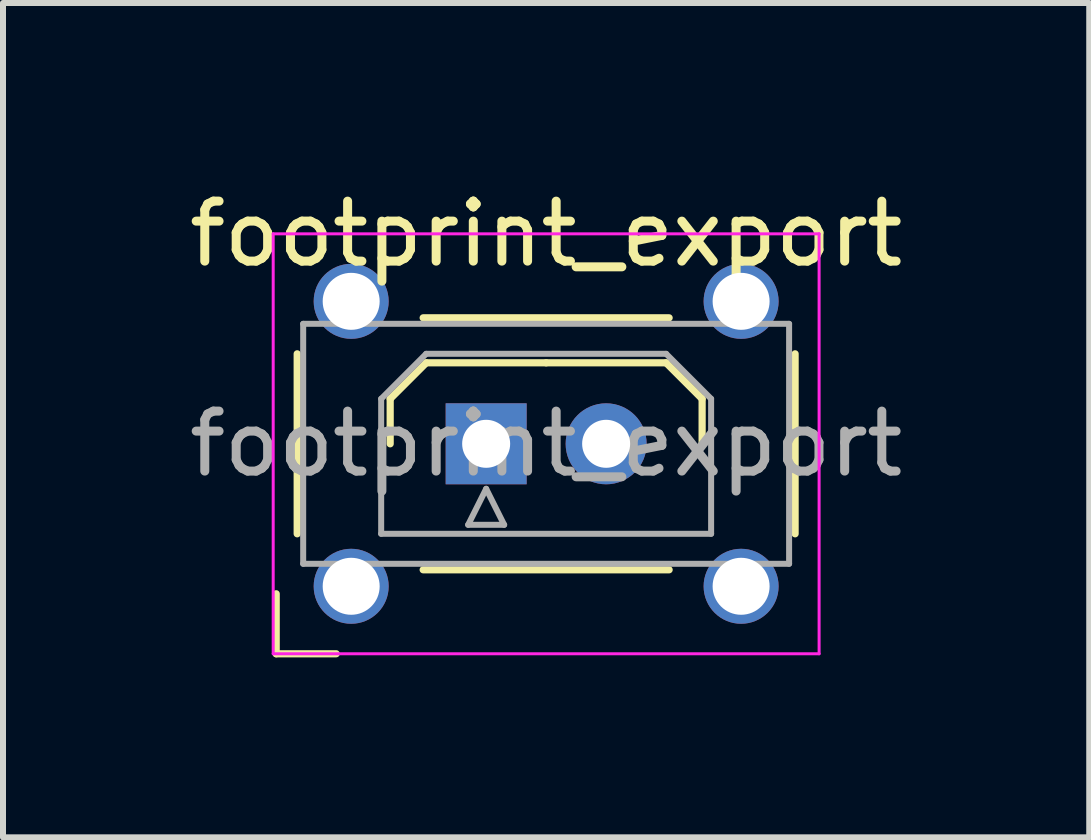
<source format=kicad_pcb>
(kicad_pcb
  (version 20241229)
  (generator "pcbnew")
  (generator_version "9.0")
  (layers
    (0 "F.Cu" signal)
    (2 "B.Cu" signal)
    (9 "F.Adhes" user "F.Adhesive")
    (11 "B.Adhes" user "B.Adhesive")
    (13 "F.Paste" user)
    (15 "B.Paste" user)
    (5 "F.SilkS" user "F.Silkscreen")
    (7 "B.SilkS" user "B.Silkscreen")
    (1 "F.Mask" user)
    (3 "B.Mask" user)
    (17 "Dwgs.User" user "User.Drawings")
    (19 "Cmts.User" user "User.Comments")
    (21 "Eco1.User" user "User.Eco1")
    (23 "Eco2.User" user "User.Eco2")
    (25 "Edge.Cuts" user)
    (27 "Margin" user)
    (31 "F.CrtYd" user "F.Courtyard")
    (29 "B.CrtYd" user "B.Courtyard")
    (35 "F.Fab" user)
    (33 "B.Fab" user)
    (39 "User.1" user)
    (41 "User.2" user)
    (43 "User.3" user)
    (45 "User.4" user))
  (footprint "footprint_export"
    (layer "F.Cu")
    (at 5.054 4.348)
    (property "Reference" "footprint_export" (at 1 -3.5 0) (layer "F.SilkS") (effects (font (size 1 1) (thickness 0.15))))
    (attr through_hole)
    (fp_line (start -3.5 2.5) (end -3.5 3.5) (stroke (width 0.12) (type solid)) (layer "F.SilkS"))
    (fp_line (start -3.5 3.5) (end -2.5 3.5) (stroke (width 0.12) (type solid)) (layer "F.SilkS"))
    (fp_line (start -3.15 -1.5) (end -3.15 1.5) (stroke (width 0.12) (type solid)) (layer "F.SilkS"))
    (fp_line (start -1.6 -0.75) (end -1 -1.35) (stroke (width 0.12) (type solid)) (layer "F.SilkS"))
    (fp_line (start -1.6 0) (end -1.6 -0.75) (stroke (width 0.12) (type solid)) (layer "F.SilkS"))
    (fp_line (start -1.05 -2.1) (end 3.05 -2.1) (stroke (width 0.12) (type solid)) (layer "F.SilkS"))
    (fp_line (start -1.05 2.1) (end 3.05 2.1) (stroke (width 0.12) (type solid)) (layer "F.SilkS"))
    (fp_line (start -1 -1.35) (end 1 -1.35) (stroke (width 0.12) (type solid)) (layer "F.SilkS"))
    (fp_line (start 3 -1.35) (end 1 -1.35) (stroke (width 0.12) (type solid)) (layer "F.SilkS"))
    (fp_line (start 3.6 -0.75) (end 3 -1.35) (stroke (width 0.12) (type solid)) (layer "F.SilkS"))
    (fp_line (start 3.6 0) (end 3.6 -0.75) (stroke (width 0.12) (type solid)) (layer "F.SilkS"))
    (fp_line (start 5.15 -1.5) (end 5.15 1.5) (stroke (width 0.12) (type solid)) (layer "F.SilkS"))
    (fp_line (start -3.55 -3.5) (end -3.55 3.5) (stroke (width 0.05) (type solid)) (layer "F.CrtYd"))
    (fp_line (start -3.55 3.5) (end 5.55 3.5) (stroke (width 0.05) (type solid)) (layer "F.CrtYd"))
    (fp_line (start 5.55 -3.5) (end -3.55 -3.5) (stroke (width 0.05) (type solid)) (layer "F.CrtYd"))
    (fp_line (start 5.55 3.5) (end 5.55 -3.5) (stroke (width 0.05) (type solid)) (layer "F.CrtYd"))
    (fp_line (start -3.05 -2) (end -3.05 2) (stroke (width 0.1) (type solid)) (layer "F.Fab"))
    (fp_line (start -3.05 2) (end 5.05 2) (stroke (width 0.1) (type solid)) (layer "F.Fab"))
    (fp_line (start -1.75 -0.75) (end -1 -1.5) (stroke (width 0.1) (type solid)) (layer "F.Fab"))
    (fp_line (start -1.75 1.5) (end -1.75 -0.75) (stroke (width 0.1) (type solid)) (layer "F.Fab"))
    (fp_line (start -1 -1.5) (end 3 -1.5) (stroke (width 0.1) (type solid)) (layer "F.Fab"))
    (fp_line (start -0.3 1.35) (end 0.3 1.35) (stroke (width 0.1) (type solid)) (layer "F.Fab"))
    (fp_line (start 0 0.75) (end -0.3 1.35) (stroke (width 0.1) (type solid)) (layer "F.Fab"))
    (fp_line (start 0.3 1.35) (end 0 0.75) (stroke (width 0.1) (type solid)) (layer "F.Fab"))
    (fp_line (start 3 -1.5) (end 3.75 -0.75) (stroke (width 0.1) (type solid)) (layer "F.Fab"))
    (fp_line (start 3.75 -0.75) (end 3.75 1.5) (stroke (width 0.1) (type solid)) (layer "F.Fab"))
    (fp_line (start 3.75 1.5) (end -1.75 1.5) (stroke (width 0.1) (type solid)) (layer "F.Fab"))
    (fp_line (start 5.05 -2) (end -3.05 -2) (stroke (width 0.1) (type solid)) (layer "F.Fab"))
    (fp_line (start 5.05 2) (end 5.05 -2) (stroke (width 0.1) (type solid)) (layer "F.Fab"))
    (fp_text user "${REFERENCE}" (at 1 0 0) (layer "F.Fab") (effects (font (size 1 1) (thickness 0.15))))
    (pad "" thru_hole circle (at -2.25 -2.375) (size 1.25 1.25) (drill 0.95) (layers "*.Cu" "*.Mask"))
    (pad "" thru_hole circle (at -2.25 2.375) (size 1.25 1.25) (drill 0.95) (layers "*.Cu" "*.Mask"))
    (pad "" thru_hole circle (at 4.25 -2.375) (size 1.25 1.25) (drill 0.95) (layers "*.Cu" "*.Mask"))
    (pad "" thru_hole circle (at 4.25 2.375) (size 1.25 1.25) (drill 0.95) (layers "*.Cu" "*.Mask"))
    (pad "1" thru_hole rect (at 0 0) (size 1.35 1.35) (drill 0.8) (layers "*.Cu" "*.Mask"))
    (pad "2" thru_hole circle (at 2 0) (size 1.35 1.35) (drill 0.8) (layers "*.Cu" "*.Mask")))
  (gr_rect
    (start -3 -3)
    (end 15.107 10.908)
    (stroke (width 0.1) (type default))
    (fill no)
    (layer "Edge.Cuts")))
</source>
